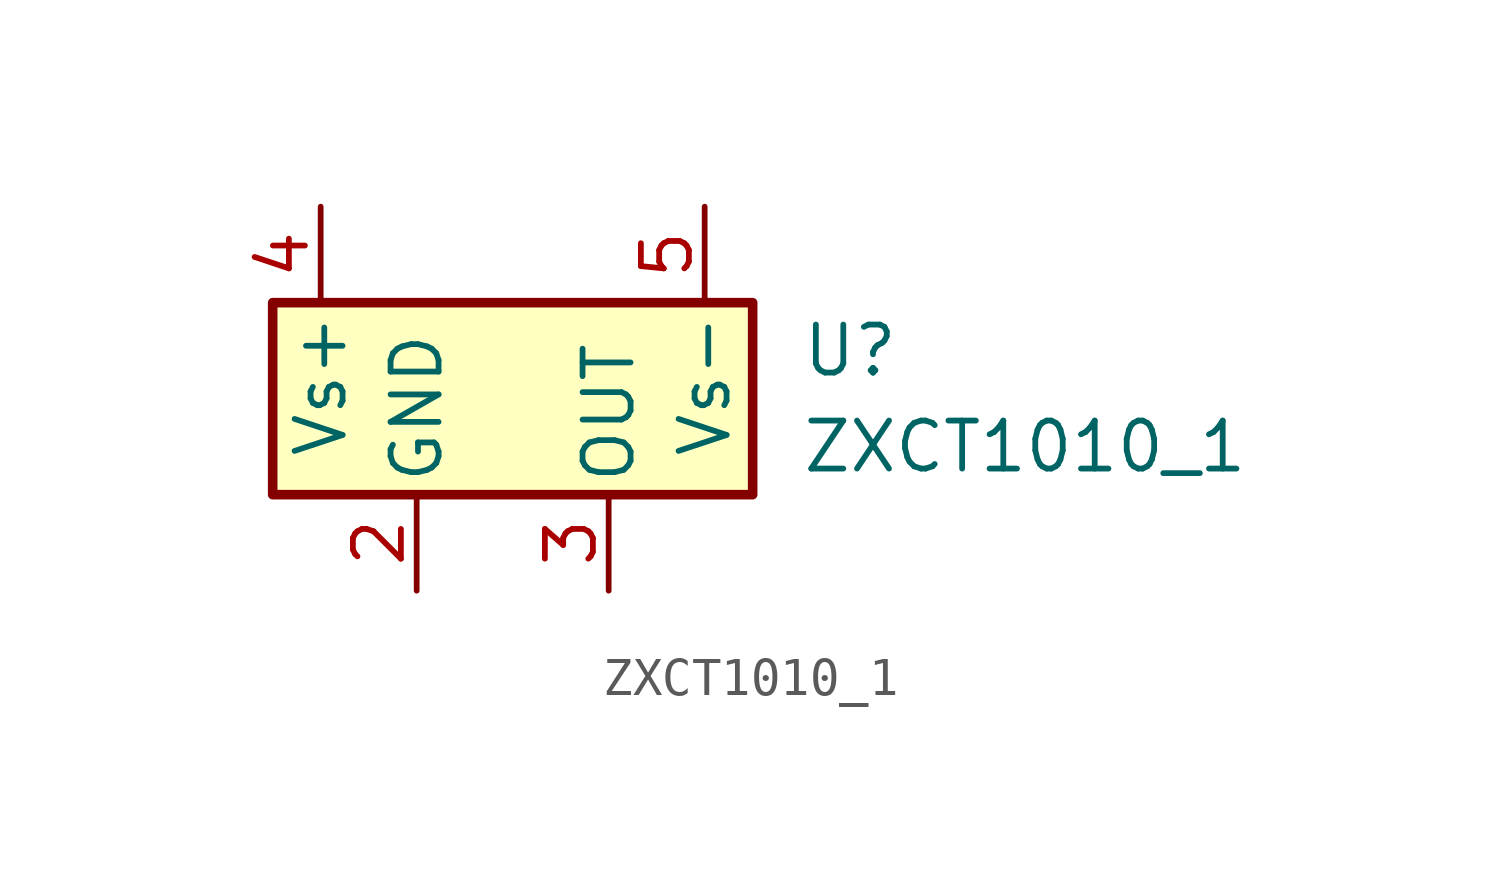
<source format=kicad_sym>
(kicad_symbol_lib
  (version 20231120)
  (generator "kicad_symbol_editor")
  (generator_version "8.0")
  (symbol "ZXCT1010_1"
    (pin_names
      (offset 0.254))
    (property "Reference" "U"
      (at 7.62 1.27 0)
      (effects (font (size 1.27 1.27)) (justify left)))
    (property "Value" "ZXCT1010_1"
      (at 7.62 -1.27 0)
      (effects (font (size 1.27 1.27)) (justify left)))
    (symbol "ZXCT1010_1_0_1"
      (rectangle (start -6.35 2.54) (end 6.35 -2.54) (stroke (width 0.254) (type default)) (fill (type background))))
    (symbol "ZXCT1010_1_1_1"
      (pin passive line (at -2.54 -5.08 90) (length 2.54) (name "GND" (effects (font (size 1.27 1.27)))) (number "2" (effects (font (size 1.27 1.27)))))
      (pin passive line (at 2.54 -5.08 90) (length 2.54) (name "OUT" (effects (font (size 1.27 1.27)))) (number "3" (effects (font (size 1.27 1.27)))))
      (pin passive line (at -5.08 5.08 270) (length 2.54) (name "Vs+" (effects (font (size 1.27 1.27)))) (number "4" (effects (font (size 1.27 1.27)))))
      (pin passive line (at 5.08 5.08 270) (length 2.54) (name "Vs-" (effects (font (size 1.27 1.27)))) (number "5" (effects (font (size 1.27 1.27))))))))
</source>
